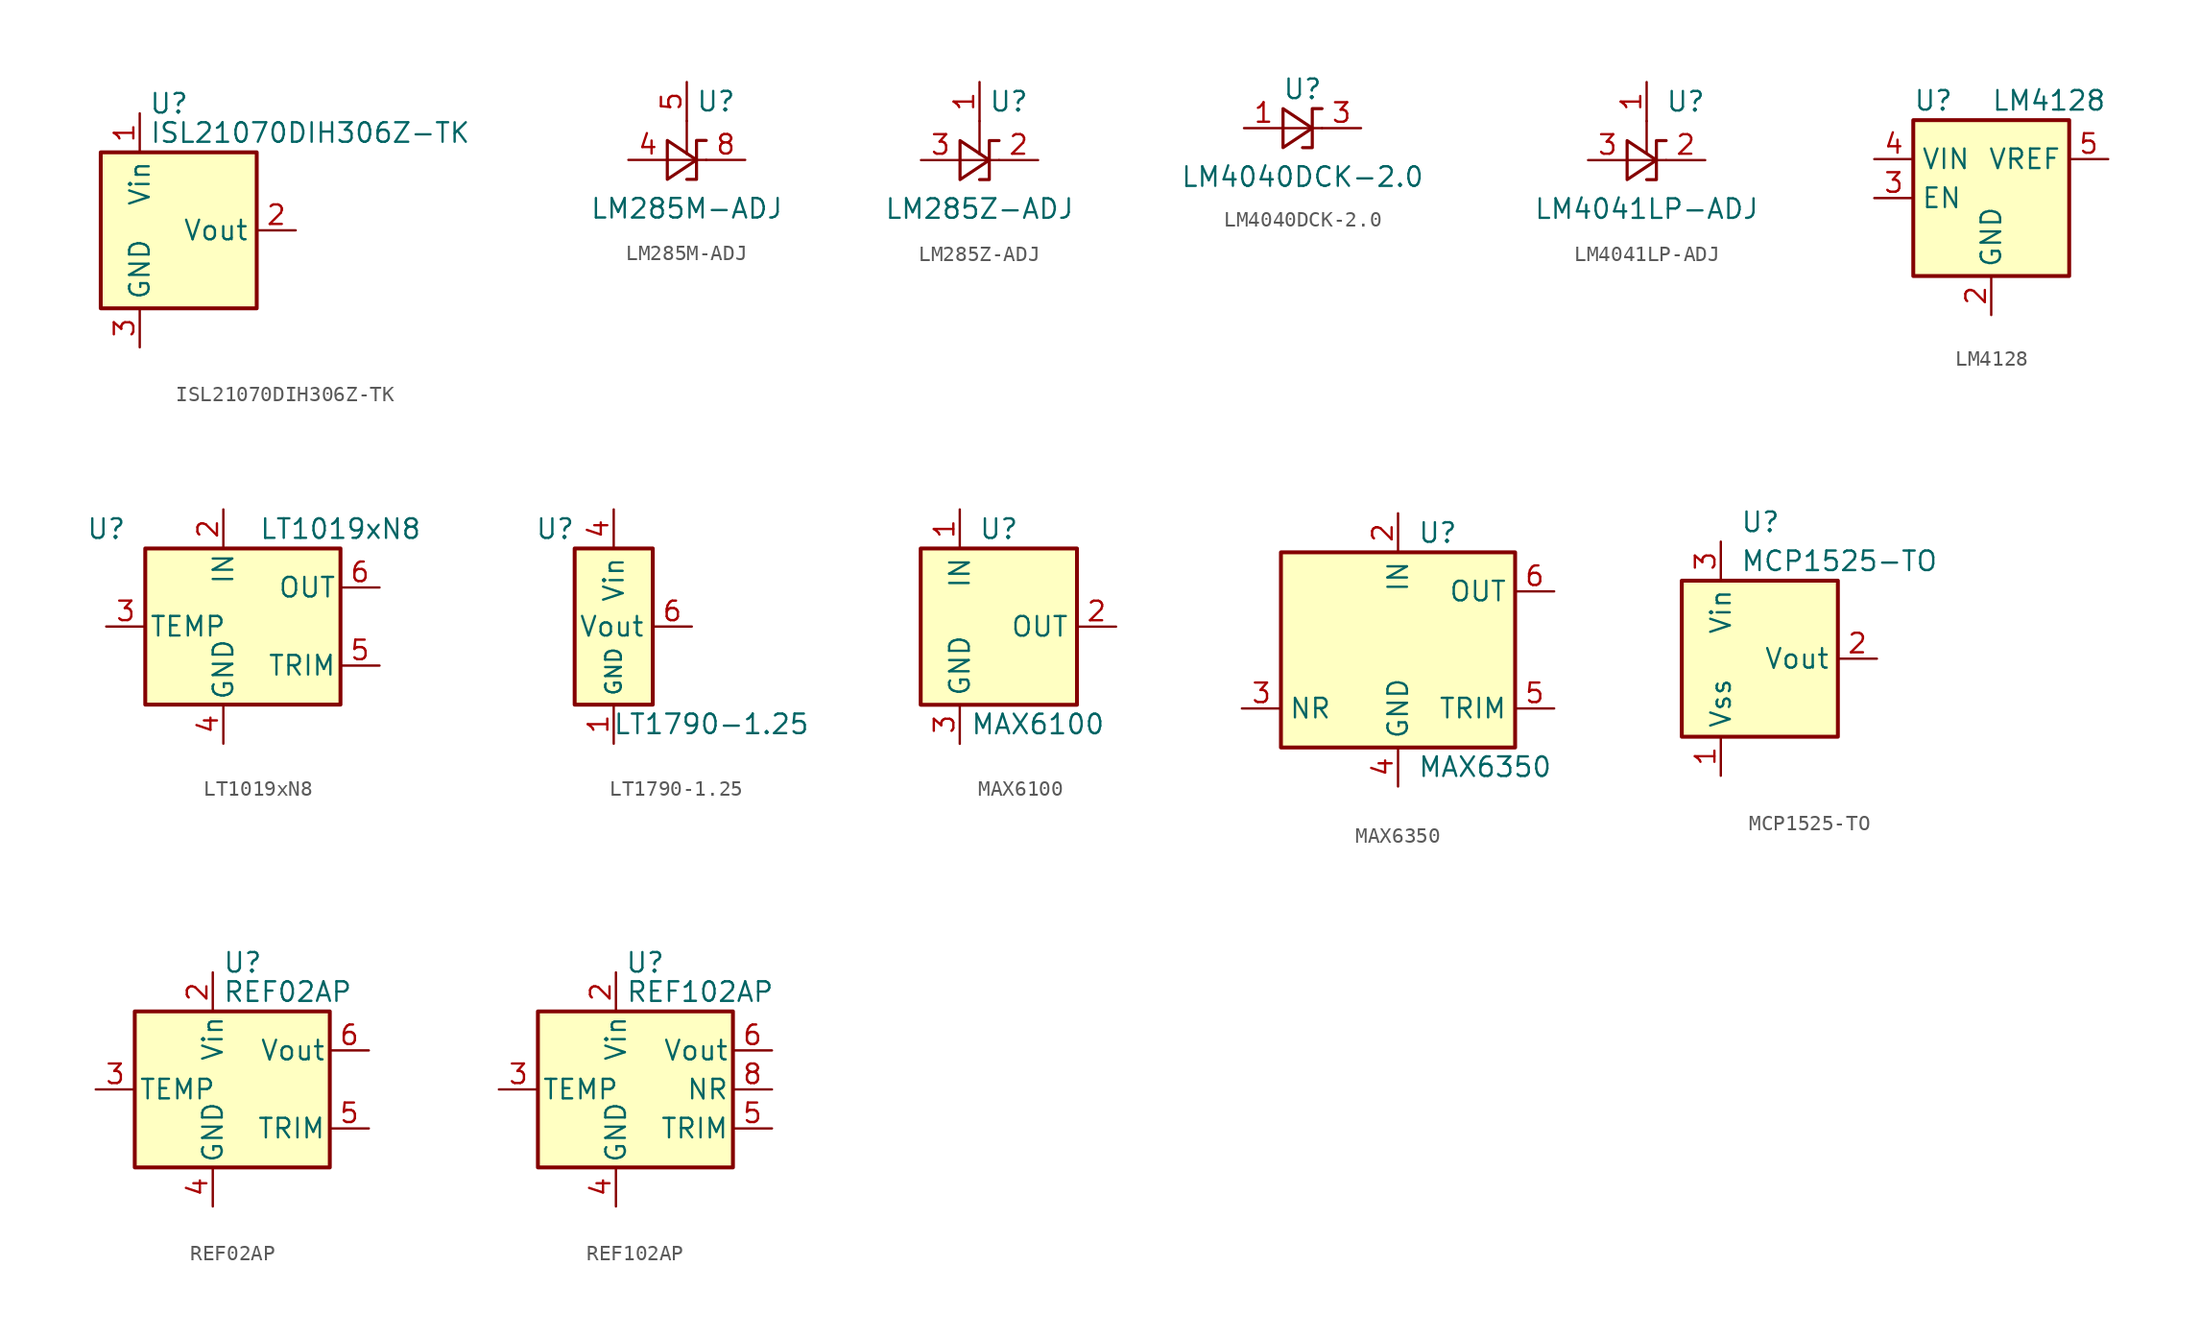
<source format=kicad_sym>
(kicad_symbol_lib
  (version 20201005)
  (generator kicad_symbol_editor)
  (symbol "ISL21070DIH306Z-TK"
    (property "Reference" "U"
      (at -0.635 8.255 0)
      (effects (font (size 1.27 1.27))))
    (property "Value" "ISL21070DIH306Z-TK"
      (at -1.905 6.35 0)
      (effects (font (size 1.27 1.27)) (justify left)))
    (symbol "ISL21070DIH306Z-TK_0_1"
      (rectangle (start -5.08 5.08) (end 5.08 -5.08) (stroke (width 0.254)) (fill (type background))))
    (symbol "ISL21070DIH306Z-TK_1_1"
      (pin power_in line (at -2.54 7.62 270) (length 2.54) (name "Vin" (effects (font (size 1.27 1.27)))) (number "1" (effects (font (size 1.27 1.27)))))
      (pin power_out line (at 7.62 0 180) (length 2.54) (name "Vout" (effects (font (size 1.27 1.27)))) (number "2" (effects (font (size 1.27 1.27)))))
      (pin power_in line (at -2.54 -7.62 90) (length 2.54) (name "GND" (effects (font (size 1.27 1.27)))) (number "3" (effects (font (size 1.27 1.27)))))))
  (symbol "LM285M-ADJ"
    (pin_names
      (offset 0.025) hide)
    (property "Reference" "U"
      (at 1.905 3.81 0)
      (effects (font (size 1.27 1.27))))
    (property "Value" "LM285M-ADJ"
      (at 0 -3.175 0)
      (effects (font (size 1.27 1.27))))
    (symbol "LM285M-ADJ_0_1"
      (polyline (pts (xy 0 2.54) (xy 0 0.381)) (stroke (width 0)) (fill (type none)))
      (polyline (pts (xy -1.27 0) (xy 0 0) (xy 1.27 0)) (stroke (width 0)) (fill (type none)))
      (polyline (pts (xy -1.27 -1.27) (xy 0.635 0) (xy -1.27 1.27) (xy -1.27 -1.27)) (stroke (width 0.203)) (fill (type none)))
      (polyline (pts (xy 0 -1.27) (xy 0.635 -1.27) (xy 0.635 1.27) (xy 1.27 1.27)) (stroke (width 0.203)) (fill (type none))))
    (symbol "LM285M-ADJ_1_1"
      (pin passive line (at -3.81 0 0) (length 2.54) (name "A" (effects (font (size 1.27 1.27)))) (number "4" (effects (font (size 1.27 1.27)))))
      (pin input line (at 0 5.08 270) (length 2.54) (name "FB" (effects (font (size 1.27 1.27)))) (number "5" (effects (font (size 1.27 1.27)))))
      (pin passive line (at 3.81 0 180) (length 2.54) (name "K" (effects (font (size 1.27 1.27)))) (number "8" (effects (font (size 1.27 1.27)))))))
  (symbol "LM285Z-ADJ"
    (pin_names
      (offset 0.025) hide)
    (property "Reference" "U"
      (at 1.905 3.81 0)
      (effects (font (size 1.27 1.27))))
    (property "Value" "LM285Z-ADJ"
      (at 0 -3.175 0)
      (effects (font (size 1.27 1.27))))
    (symbol "LM285Z-ADJ_0_1"
      (polyline (pts (xy 0 2.54) (xy 0 0.381)) (stroke (width 0)) (fill (type none)))
      (polyline (pts (xy -1.27 0) (xy 0 0) (xy 1.27 0)) (stroke (width 0)) (fill (type none)))
      (polyline (pts (xy -1.27 -1.27) (xy 0.635 0) (xy -1.27 1.27) (xy -1.27 -1.27)) (stroke (width 0.203)) (fill (type none)))
      (polyline (pts (xy 0 -1.27) (xy 0.635 -1.27) (xy 0.635 1.27) (xy 1.27 1.27)) (stroke (width 0.203)) (fill (type none))))
    (symbol "LM285Z-ADJ_1_1"
      (pin input line (at 0 5.08 270) (length 2.54) (name "FB" (effects (font (size 1.27 1.27)))) (number "1" (effects (font (size 1.27 1.27)))))
      (pin passive line (at 3.81 0 180) (length 2.54) (name "K" (effects (font (size 1.27 1.27)))) (number "2" (effects (font (size 1.27 1.27)))))
      (pin passive line (at -3.81 0 0) (length 2.54) (name "A" (effects (font (size 1.27 1.27)))) (number "3" (effects (font (size 1.27 1.27)))))))
  (symbol "LM4040DCK-2.0"
    (pin_names
      (offset 0.025) hide)
    (property "Reference" "U"
      (at 0 2.54 0)
      (effects (font (size 1.27 1.27))))
    (property "Value" "LM4040DCK-2.0"
      (at 0 -3.175 0)
      (effects (font (size 1.27 1.27))))
    (symbol "LM4040DCK-2.0_0_1"
      (polyline (pts (xy -1.27 0) (xy 0 0) (xy 1.27 0)) (stroke (width 0)) (fill (type none)))
      (polyline (pts (xy -1.27 -1.27) (xy 0.635 0) (xy -1.27 1.27) (xy -1.27 -1.27)) (stroke (width 0.203)) (fill (type none)))
      (polyline (pts (xy 0 -1.27) (xy 0.635 -1.27) (xy 0.635 1.27) (xy 1.27 1.27)) (stroke (width 0.203)) (fill (type none))))
    (symbol "LM4040DCK-2.0_1_1"
      (pin passive line (at -3.81 0 0) (length 2.54) (name "A" (effects (font (size 1.27 1.27)))) (number "1" (effects (font (size 1.27 1.27)))))
      (pin passive line (at 3.81 0 180) (length 2.54) (name "K" (effects (font (size 1.27 1.27)))) (number "3" (effects (font (size 1.27 1.27)))))))
  (symbol "LM4041LP-ADJ"
    (pin_names
      (offset 0.025) hide)
    (property "Reference" "U"
      (at 2.54 3.81 0)
      (effects (font (size 1.27 1.27))))
    (property "Value" "LM4041LP-ADJ"
      (at 0 -3.175 0)
      (effects (font (size 1.27 1.27))))
    (symbol "LM4041LP-ADJ_0_1"
      (polyline (pts (xy 0 2.54) (xy 0 0.508)) (stroke (width 0)) (fill (type none)))
      (polyline (pts (xy -1.27 0) (xy 0 0) (xy 1.27 0)) (stroke (width 0)) (fill (type none)))
      (polyline (pts (xy -1.27 -1.27) (xy 0.635 0) (xy -1.27 1.27) (xy -1.27 -1.27)) (stroke (width 0.203)) (fill (type none)))
      (polyline (pts (xy 0 -1.27) (xy 0.635 -1.27) (xy 0.635 1.27) (xy 1.27 1.27)) (stroke (width 0.203)) (fill (type none))))
    (symbol "LM4041LP-ADJ_1_1"
      (pin input line (at 0 5.08 270) (length 2.54) (name "FB" (effects (font (size 1.27 1.27)))) (number "1" (effects (font (size 1.27 1.27)))))
      (pin passive line (at 3.81 0 180) (length 2.54) (name "K" (effects (font (size 1.27 1.27)))) (number "2" (effects (font (size 1.27 1.27)))))
      (pin passive line (at -3.81 0 0) (length 2.54) (name "A" (effects (font (size 1.27 1.27)))) (number "3" (effects (font (size 1.27 1.27)))))))
  (symbol "LM4128"
    (property "Reference" "U"
      (at -5.08 6.35 0)
      (effects (font (size 1.27 1.27)) (justify left)))
    (property "Value" "LM4128"
      (at 0 6.35 0)
      (effects (font (size 1.27 1.27)) (justify left)))
    (symbol "LM4128_0_1"
      (rectangle (start -5.08 5.08) (end 5.08 -5.08) (stroke (width 0.254)) (fill (type background))))
    (symbol "LM4128_1_1"
      (pin power_in line (at 0 -7.62 90) (length 2.54) (name "GND" (effects (font (size 1.27 1.27)))) (number "2" (effects (font (size 1.27 1.27)))))
      (pin input line (at -7.62 0 0) (length 2.54) (name "EN" (effects (font (size 1.27 1.27)))) (number "3" (effects (font (size 1.27 1.27)))))
      (pin power_in line (at -7.62 2.54 0) (length 2.54) (name "VIN" (effects (font (size 1.27 1.27)))) (number "4" (effects (font (size 1.27 1.27)))))
      (pin power_out line (at 7.62 2.54 180) (length 2.54) (name "VREF" (effects (font (size 1.27 1.27)))) (number "5" (effects (font (size 1.27 1.27)))))))
  (symbol "LT1019xN8"
    (pin_names
      (offset 0.254))
    (property "Reference" "U"
      (at -7.62 6.35 0)
      (effects (font (size 1.27 1.27))))
    (property "Value" "LT1019xN8"
      (at 7.62 6.35 0)
      (effects (font (size 1.27 1.27))))
    (symbol "LT1019xN8_0_1"
      (rectangle (start 7.62 5.08) (end -5.08 -5.08) (stroke (width 0.254)) (fill (type background))))
    (symbol "LT1019xN8_1_0"
      (pin no_connect line (at -5.08 2.54 0) (length 2.54) hide (name "DNC" (effects (font (size 1.27 1.27)))) (number "1" (effects (font (size 1.27 1.27)))))
      (pin power_in line (at 0 7.62 270) (length 2.54) (name "IN" (effects (font (size 1.27 1.27)))) (number "2" (effects (font (size 1.27 1.27)))))
      (pin passive line (at -7.62 0 0) (length 2.54) (name "TEMP" (effects (font (size 1.27 1.27)))) (number "3" (effects (font (size 1.27 1.27)))))
      (pin power_in line (at 0 -7.62 90) (length 2.54) (name "GND" (effects (font (size 1.27 1.27)))) (number "4" (effects (font (size 1.27 1.27)))))
      (pin passive line (at 10.16 -2.54 180) (length 2.54) (name "TRIM" (effects (font (size 1.27 1.27)))) (number "5" (effects (font (size 1.27 1.27)))))
      (pin power_out line (at 10.16 2.54 180) (length 2.54) (name "OUT" (effects (font (size 1.27 1.27)))) (number "6" (effects (font (size 1.27 1.27)))))
      (pin no_connect line (at 7.62 0 180) (length 2.54) hide (name "DNC" (effects (font (size 1.27 1.27)))) (number "7" (effects (font (size 1.27 1.27)))))
      (pin no_connect line (at -5.08 -2.54 0) (length 2.54) hide (name "DNC" (effects (font (size 1.27 1.27)))) (number "8" (effects (font (size 1.27 1.27)))))))
  (symbol "LT1790-1.25"
    (property "Reference" "U"
      (at -3.81 6.35 0)
      (effects (font (size 1.27 1.27))))
    (property "Value" "LT1790-1.25"
      (at 6.35 -6.35 0)
      (effects (font (size 1.27 1.27))))
    (symbol "LT1790-1.25_0_1"
      (rectangle (start 2.54 5.08) (end -2.54 -5.08) (stroke (width 0.254)) (fill (type background))))
    (symbol "LT1790-1.25_1_1"
      (pin power_in line (at 0 -7.62 90) (length 2.54) (name "GND" (effects (font (size 1.016 1.016)))) (number "1" (effects (font (size 1.27 1.27)))))
      (pin passive line (at 0 -7.62 90) (length 2.54) hide (name "GND" (effects (font (size 1.016 1.016)))) (number "2" (effects (font (size 1.27 1.27)))))
      (pin power_in line (at 0 7.62 270) (length 2.54) (name "Vin" (effects (font (size 1.27 1.27)))) (number "4" (effects (font (size 1.27 1.27)))))
      (pin output line (at 5.08 0 180) (length 2.54) (name "Vout" (effects (font (size 1.27 1.27)))) (number "6" (effects (font (size 1.27 1.27)))))))
  (symbol "MAX6100"
    (property "Reference" "U"
      (at 0 6.35 0)
      (effects (font (size 1.27 1.27))))
    (property "Value" "MAX6100"
      (at 2.54 -6.35 0)
      (effects (font (size 1.27 1.27))))
    (symbol "MAX6100_0_1"
      (rectangle (start -5.08 5.08) (end 5.08 -5.08) (stroke (width 0.254)) (fill (type background))))
    (symbol "MAX6100_1_1"
      (pin power_in line (at -2.54 7.62 270) (length 2.54) (name "IN" (effects (font (size 1.27 1.27)))) (number "1" (effects (font (size 1.27 1.27)))))
      (pin power_out line (at 7.62 0 180) (length 2.54) (name "OUT" (effects (font (size 1.27 1.27)))) (number "2" (effects (font (size 1.27 1.27)))))
      (pin power_in line (at -2.54 -7.62 90) (length 2.54) (name "GND" (effects (font (size 1.27 1.27)))) (number "3" (effects (font (size 1.27 1.27)))))))
  (symbol "MAX6350"
    (property "Reference" "U"
      (at 1.27 6.35 0)
      (effects (font (size 1.27 1.27)) (justify left)))
    (property "Value" "MAX6350"
      (at 1.27 -8.89 0)
      (effects (font (size 1.27 1.27)) (justify left)))
    (symbol "MAX6350_0_1"
      (rectangle (start -7.62 5.08) (end 7.62 -7.62) (stroke (width 0.254)) (fill (type background))))
    (symbol "MAX6350_1_1"
      (pin no_connect line (at -7.62 -2.54 0) (length 2.54) hide (name "NC" (effects (font (size 1.27 1.27)))) (number "1" (effects (font (size 1.27 1.27)))))
      (pin power_in line (at 0 7.62 270) (length 2.54) (name "IN" (effects (font (size 1.27 1.27)))) (number "2" (effects (font (size 1.27 1.27)))))
      (pin passive line (at -10.16 -5.08 0) (length 2.54) (name "NR" (effects (font (size 1.27 1.27)))) (number "3" (effects (font (size 1.27 1.27)))))
      (pin power_in line (at 0 -10.16 90) (length 2.54) (name "GND" (effects (font (size 1.27 1.27)))) (number "4" (effects (font (size 1.27 1.27)))))
      (pin passive line (at 10.16 -5.08 180) (length 2.54) (name "TRIM" (effects (font (size 1.27 1.27)))) (number "5" (effects (font (size 1.27 1.27)))))
      (pin power_out line (at 10.16 2.54 180) (length 2.54) (name "OUT" (effects (font (size 1.27 1.27)))) (number "6" (effects (font (size 1.27 1.27)))))
      (pin no_connect line (at 7.62 0 180) (length 2.54) hide (name "NC" (effects (font (size 1.27 1.27)))) (number "7" (effects (font (size 1.27 1.27)))))
      (pin no_connect line (at 7.62 -2.54 180) (length 2.54) hide (name "NC" (effects (font (size 1.27 1.27)))) (number "8" (effects (font (size 1.27 1.27)))))))
  (symbol "MCP1525-TO"
    (property "Reference" "U"
      (at 1.27 8.89 0)
      (effects (font (size 1.27 1.27)) (justify left)))
    (property "Value" "MCP1525-TO"
      (at 1.27 6.35 0)
      (effects (font (size 1.27 1.27)) (justify left)))
    (symbol "MCP1525-TO_0_1"
      (rectangle (start -2.54 5.08) (end 7.62 -5.08) (stroke (width 0.254)) (fill (type background))))
    (symbol "MCP1525-TO_1_1"
      (pin power_in line (at 0 -7.62 90) (length 2.54) (name "Vss" (effects (font (size 1.27 1.27)))) (number "1" (effects (font (size 1.27 1.27)))))
      (pin power_out line (at 10.16 0 180) (length 2.54) (name "Vout" (effects (font (size 1.27 1.27)))) (number "2" (effects (font (size 1.27 1.27)))))
      (pin power_in line (at 0 7.62 270) (length 2.54) (name "Vin" (effects (font (size 1.27 1.27)))) (number "3" (effects (font (size 1.27 1.27)))))))
  (symbol "REF02AP"
    (pin_names
      (offset 0.254))
    (property "Reference" "U"
      (at 0.635 8.255 0)
      (effects (font (size 1.27 1.27)) (justify left)))
    (property "Value" "REF02AP"
      (at 0.635 6.35 0)
      (effects (font (size 1.27 1.27)) (justify left)))
    (symbol "REF02AP_0_1"
      (rectangle (start -5.08 5.08) (end 7.62 -5.08) (stroke (width 0.254)) (fill (type background))))
    (symbol "REF02AP_1_1"
      (pin no_connect line (at 2.54 -5.08 90) (length 2.54) hide (name "NC" (effects (font (size 1.27 1.27)))) (number "1" (effects (font (size 1.27 1.27)))))
      (pin power_in line (at 0 7.62 270) (length 2.54) (name "Vin" (effects (font (size 1.27 1.27)))) (number "2" (effects (font (size 1.27 1.27)))))
      (pin passive line (at -7.62 0 0) (length 2.54) (name "TEMP" (effects (font (size 1.27 1.27)))) (number "3" (effects (font (size 1.27 1.27)))))
      (pin power_in line (at 0 -7.62 90) (length 2.54) (name "GND" (effects (font (size 1.27 1.27)))) (number "4" (effects (font (size 1.27 1.27)))))
      (pin passive line (at 10.16 -2.54 180) (length 2.54) (name "TRIM" (effects (font (size 1.27 1.27)))) (number "5" (effects (font (size 1.27 1.27)))))
      (pin power_out line (at 10.16 2.54 180) (length 2.54) (name "Vout" (effects (font (size 1.27 1.27)))) (number "6" (effects (font (size 1.27 1.27)))))
      (pin no_connect line (at -2.54 -5.08 90) (length 2.54) hide (name "NC" (effects (font (size 1.27 1.27)))) (number "7" (effects (font (size 1.27 1.27)))))
      (pin no_connect line (at 7.62 0 180) (length 2.54) hide (name "NC" (effects (font (size 1.27 1.27)))) (number "8" (effects (font (size 1.27 1.27)))))))
  (symbol "REF102AP"
    (pin_names
      (offset 0.254))
    (property "Reference" "U"
      (at -0.635 8.255 0)
      (effects (font (size 1.27 1.27))))
    (property "Value" "REF102AP"
      (at -1.905 6.35 0)
      (effects (font (size 1.27 1.27)) (justify left)))
    (symbol "REF102AP_0_1"
      (rectangle (start -7.62 5.08) (end 5.08 -5.08) (stroke (width 0.254)) (fill (type background))))
    (symbol "REF102AP_1_1"
      (pin no_connect line (at -5.08 -5.08 90) (length 2.54) hide (name "NC" (effects (font (size 1.27 1.27)))) (number "1" (effects (font (size 1.27 1.27)))))
      (pin power_in line (at -2.54 7.62 270) (length 2.54) (name "Vin" (effects (font (size 1.27 1.27)))) (number "2" (effects (font (size 1.27 1.27)))))
      (pin passive line (at -10.16 0 0) (length 2.54) (name "TEMP" (effects (font (size 1.27 1.27)))) (number "3" (effects (font (size 1.27 1.27)))))
      (pin power_in line (at -2.54 -7.62 90) (length 2.54) (name "GND" (effects (font (size 1.27 1.27)))) (number "4" (effects (font (size 1.27 1.27)))))
      (pin passive line (at 7.62 -2.54 180) (length 2.54) (name "TRIM" (effects (font (size 1.27 1.27)))) (number "5" (effects (font (size 1.27 1.27)))))
      (pin power_out line (at 7.62 2.54 180) (length 2.54) (name "Vout" (effects (font (size 1.27 1.27)))) (number "6" (effects (font (size 1.27 1.27)))))
      (pin no_connect line (at 0 -5.08 90) (length 2.54) hide (name "NC" (effects (font (size 1.27 1.27)))) (number "7" (effects (font (size 1.27 1.27)))))
      (pin passive line (at 7.62 0 180) (length 2.54) (name "NR" (effects (font (size 1.27 1.27)))) (number "8" (effects (font (size 1.27 1.27))))))))
</source>
